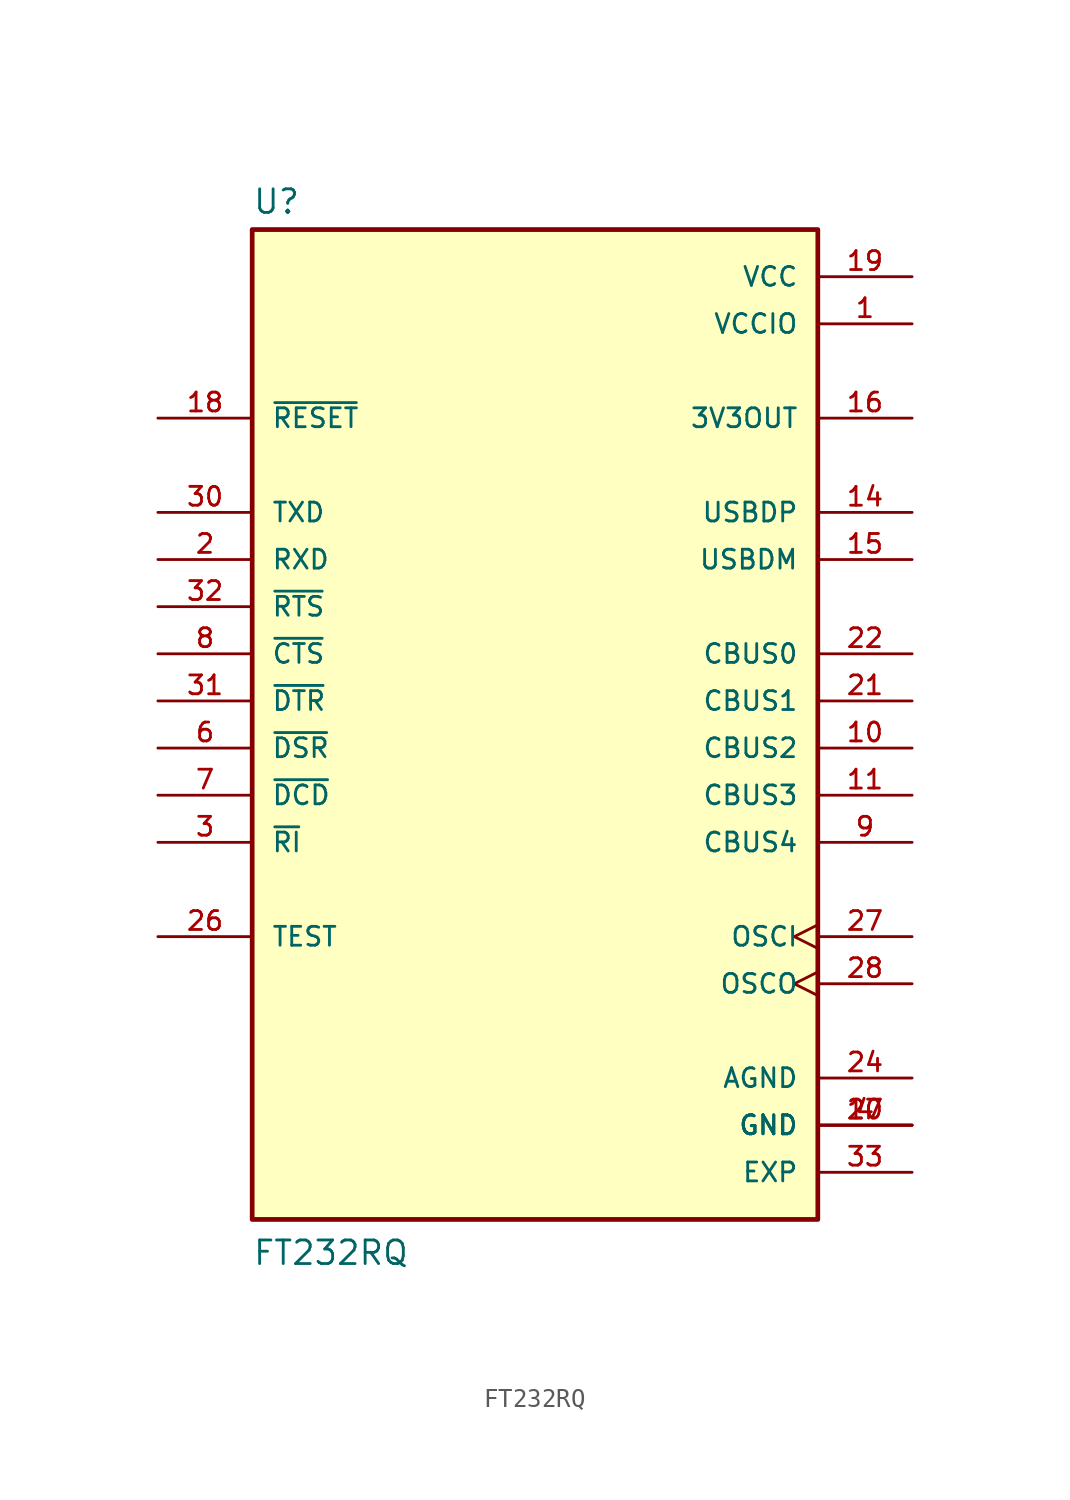
<source format=kicad_sym>
(kicad_symbol_lib
  (version 20211014)
  (generator kicad_symbol_editor)
  (symbol "FT232RQ"
    (pin_names
      (offset 1.016))
    (property "Reference" "U"
      (at -15.24 28.702 0)
      (effects (font (size 1.27 1.27)) (justify bottom left)))
    (property "Value" "FT232RQ"
      (at -15.24 -27.94 0)
      (effects (font (size 1.27 1.27)) (justify bottom left)))
    (symbol "FT232RQ_0_0"
      (rectangle (start -15.24 -25.4) (end 15.24 27.94) (stroke (width 0.254)) (fill (type background)))
      (pin bidirectional line (at 20.32 10.16 180.0) (length 5.08) (name "USBDM" (effects (font (size 1.016 1.016)))) (number "15" (effects (font (size 1.016 1.016)))))
      (pin bidirectional line (at 20.32 12.7 180.0) (length 5.08) (name "USBDP" (effects (font (size 1.016 1.016)))) (number "14" (effects (font (size 1.016 1.016)))))
      (pin power_in line (at 20.32 22.86 180.0) (length 5.08) (name "VCCIO" (effects (font (size 1.016 1.016)))) (number "1" (effects (font (size 1.016 1.016)))))
      (pin power_in line (at 20.32 -20.32 180.0) (length 5.08) (name "GND" (effects (font (size 1.016 1.016)))) (number "4" (effects (font (size 1.016 1.016)))))
      (pin power_in line (at 20.32 -20.32 180.0) (length 5.08) (name "GND" (effects (font (size 1.016 1.016)))) (number "17" (effects (font (size 1.016 1.016)))))
      (pin power_in line (at 20.32 -20.32 180.0) (length 5.08) (name "GND" (effects (font (size 1.016 1.016)))) (number "20" (effects (font (size 1.016 1.016)))))
      (pin output line (at 20.32 17.78 180.0) (length 5.08) (name "3V3OUT" (effects (font (size 1.016 1.016)))) (number "16" (effects (font (size 1.016 1.016)))))
      (pin power_in line (at 20.32 25.4 180.0) (length 5.08) (name "VCC" (effects (font (size 1.016 1.016)))) (number "19" (effects (font (size 1.016 1.016)))))
      (pin power_in line (at 20.32 -17.78 180.0) (length 5.08) (name "AGND" (effects (font (size 1.016 1.016)))) (number "24" (effects (font (size 1.016 1.016)))))
      (pin input line (at -20.32 17.78 0) (length 5.08) (name "~{RESET}" (effects (font (size 1.016 1.016)))) (number "18" (effects (font (size 1.016 1.016)))))
      (pin input line (at -20.32 -10.16 0) (length 5.08) (name "TEST" (effects (font (size 1.016 1.016)))) (number "26" (effects (font (size 1.016 1.016)))))
      (pin input clock (at 20.32 -10.16 180.0) (length 5.08) (name "OSCI" (effects (font (size 1.016 1.016)))) (number "27" (effects (font (size 1.016 1.016)))))
      (pin output clock (at 20.32 -12.7 180.0) (length 5.08) (name "OSCO" (effects (font (size 1.016 1.016)))) (number "28" (effects (font (size 1.016 1.016)))))
      (pin output line (at -20.32 12.7 0) (length 5.08) (name "TXD" (effects (font (size 1.016 1.016)))) (number "30" (effects (font (size 1.016 1.016)))))
      (pin output line (at -20.32 2.54 0) (length 5.08) (name "~{DTR}" (effects (font (size 1.016 1.016)))) (number "31" (effects (font (size 1.016 1.016)))))
      (pin output line (at -20.32 7.62 0) (length 5.08) (name "~{RTS}" (effects (font (size 1.016 1.016)))) (number "32" (effects (font (size 1.016 1.016)))))
      (pin input line (at -20.32 10.16 0) (length 5.08) (name "RXD" (effects (font (size 1.016 1.016)))) (number "2" (effects (font (size 1.016 1.016)))))
      (pin input line (at -20.32 -5.08 0) (length 5.08) (name "~{RI}" (effects (font (size 1.016 1.016)))) (number "3" (effects (font (size 1.016 1.016)))))
      (pin input line (at -20.32 0.0 0) (length 5.08) (name "~{DSR}" (effects (font (size 1.016 1.016)))) (number "6" (effects (font (size 1.016 1.016)))))
      (pin input line (at -20.32 -2.54 0) (length 5.08) (name "~{DCD}" (effects (font (size 1.016 1.016)))) (number "7" (effects (font (size 1.016 1.016)))))
      (pin input line (at -20.32 5.08 0) (length 5.08) (name "~{CTS}" (effects (font (size 1.016 1.016)))) (number "8" (effects (font (size 1.016 1.016)))))
      (pin bidirectional line (at 20.32 5.08 180.0) (length 5.08) (name "CBUS0" (effects (font (size 1.016 1.016)))) (number "22" (effects (font (size 1.016 1.016)))))
      (pin bidirectional line (at 20.32 2.54 180.0) (length 5.08) (name "CBUS1" (effects (font (size 1.016 1.016)))) (number "21" (effects (font (size 1.016 1.016)))))
      (pin bidirectional line (at 20.32 0.0 180.0) (length 5.08) (name "CBUS2" (effects (font (size 1.016 1.016)))) (number "10" (effects (font (size 1.016 1.016)))))
      (pin bidirectional line (at 20.32 -2.54 180.0) (length 5.08) (name "CBUS3" (effects (font (size 1.016 1.016)))) (number "11" (effects (font (size 1.016 1.016)))))
      (pin bidirectional line (at 20.32 -5.08 180.0) (length 5.08) (name "CBUS4" (effects (font (size 1.016 1.016)))) (number "9" (effects (font (size 1.016 1.016)))))
      (pin power_in line (at 20.32 -22.86 180.0) (length 5.08) (name "EXP" (effects (font (size 1.016 1.016)))) (number "33" (effects (font (size 1.016 1.016))))))))
</source>
